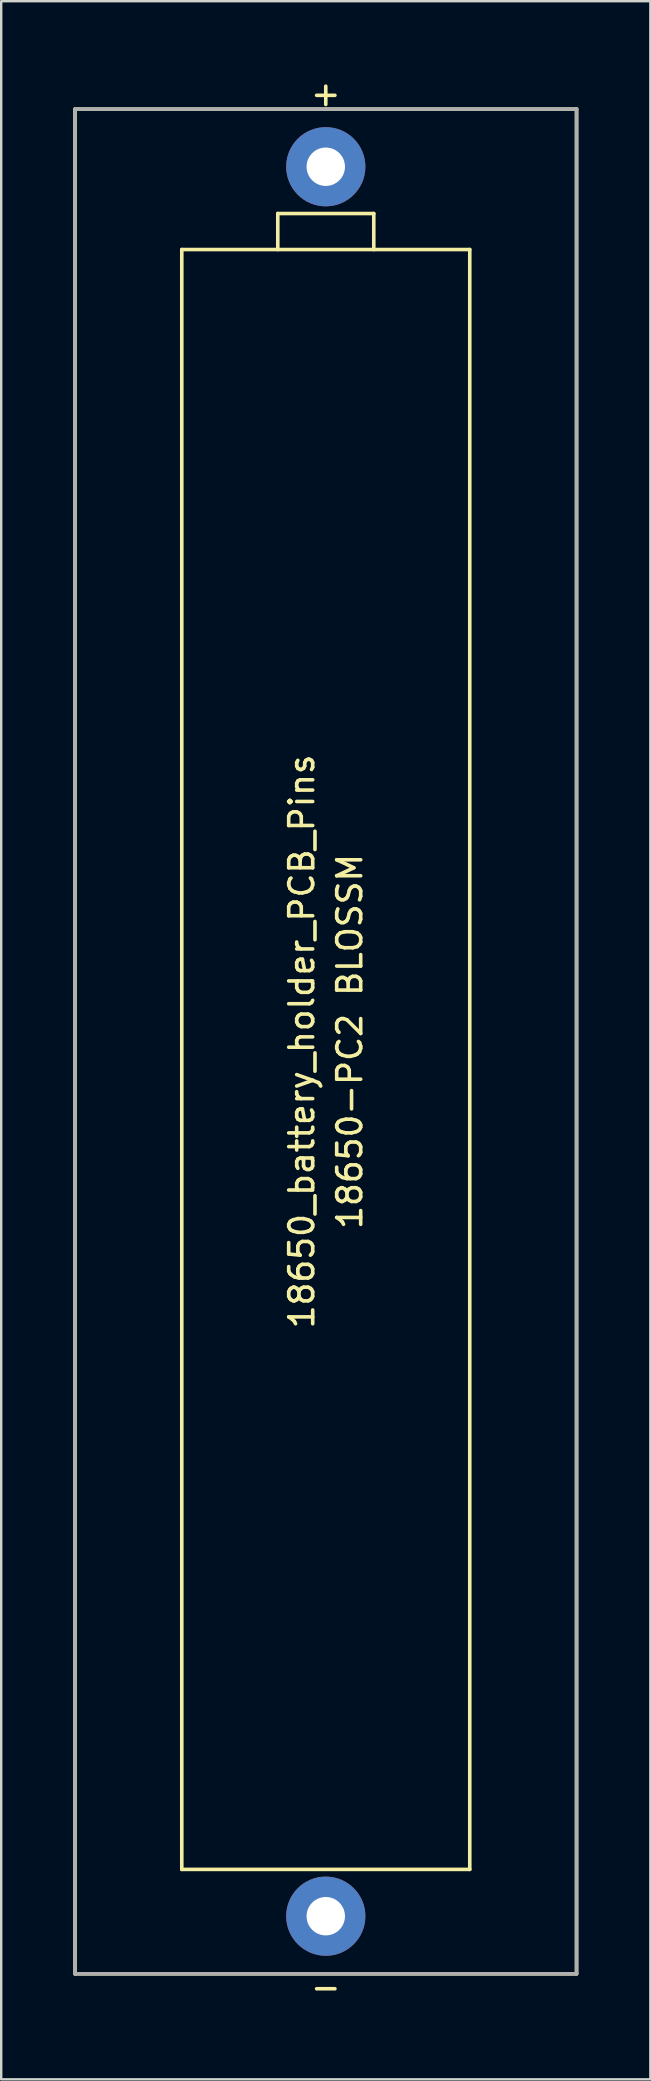
<source format=kicad_pcb>
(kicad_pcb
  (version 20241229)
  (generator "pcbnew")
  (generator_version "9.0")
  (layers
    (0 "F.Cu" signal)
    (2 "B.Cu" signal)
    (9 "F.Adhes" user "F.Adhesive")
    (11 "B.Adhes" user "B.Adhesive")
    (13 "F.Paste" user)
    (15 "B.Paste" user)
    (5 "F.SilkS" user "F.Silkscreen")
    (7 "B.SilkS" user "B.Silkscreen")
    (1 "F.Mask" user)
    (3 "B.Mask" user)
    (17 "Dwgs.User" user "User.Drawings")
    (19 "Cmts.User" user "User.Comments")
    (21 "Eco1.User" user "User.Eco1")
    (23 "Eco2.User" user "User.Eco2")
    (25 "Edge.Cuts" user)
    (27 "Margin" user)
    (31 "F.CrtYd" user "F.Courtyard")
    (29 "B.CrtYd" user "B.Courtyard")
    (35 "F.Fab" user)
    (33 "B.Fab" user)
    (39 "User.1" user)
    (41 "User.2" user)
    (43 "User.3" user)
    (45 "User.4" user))
  (footprint "18650_battery_holder_PCB_Pins"
    (layer "F.Cu")
    (at 10.525 40.348)
    (property "Reference" "18650_battery_holder_PCB_Pins" (at -1 0 90) (layer "F.SilkS") (effects (font (size 1 1) (thickness 0.15))))
    (attr through_hole)
    (fp_line (start -10.45 -38.85) (end -10.45 38.85) (stroke (width 0.15) (type solid)) (layer "F.SilkS"))
    (fp_line (start -10.45 -38.85) (end 10.45 -38.85) (stroke (width 0.15) (type solid)) (layer "F.SilkS"))
    (fp_line (start -10.45 38.85) (end 10.45 38.85) (stroke (width 0.15) (type solid)) (layer "F.SilkS"))
    (fp_line (start -6 -33) (end 6 -33) (stroke (width 0.15) (type solid)) (layer "F.SilkS"))
    (fp_line (start -6 34.5) (end -6 -33) (stroke (width 0.15) (type solid)) (layer "F.SilkS"))
    (fp_line (start -2 -34.5) (end -2 -33) (stroke (width 0.15) (type solid)) (layer "F.SilkS"))
    (fp_line (start -2 -34.5) (end 2 -34.5) (stroke (width 0.15) (type solid)) (layer "F.SilkS"))
    (fp_line (start 2 -34.5) (end 2 -33) (stroke (width 0.15) (type solid)) (layer "F.SilkS"))
    (fp_line (start 6 -33) (end 6 34.5) (stroke (width 0.15) (type solid)) (layer "F.SilkS"))
    (fp_line (start 6 34.5) (end -6 34.5) (stroke (width 0.15) (type solid)) (layer "F.SilkS"))
    (fp_line (start 10.45 38.85) (end 10.45 -38.85) (stroke (width 0.15) (type solid)) (layer "F.SilkS"))
    (fp_line (start -10.45 -38.85) (end 10.45 -38.85) (stroke (width 0.15) (type solid)) (layer "F.Fab"))
    (fp_line (start -10.45 38.85) (end -10.45 -38.85) (stroke (width 0.15) (type solid)) (layer "F.Fab"))
    (fp_line (start 10.45 -38.85) (end 10.45 38.85) (stroke (width 0.15) (type solid)) (layer "F.Fab"))
    (fp_line (start 10.45 38.85) (end -10.45 38.85) (stroke (width 0.15) (type solid)) (layer "F.Fab"))
    (fp_text user "-" (at 0 39.4 0) (layer "F.SilkS") (effects (font (size 1 1) (thickness 0.15))))
    (fp_text user "+" (at 0 -39.5 0) (layer "F.SilkS") (effects (font (size 1 1) (thickness 0.15))))
    (fp_text user "18650-PC2 BLOSSM" (at 1 0 90) (layer "F.SilkS") (effects (font (size 1 1) (thickness 0.15))))
    (pad "1" thru_hole circle (at 0 -36.45) (size 3.3 3.3) (drill 1.6) (layers "*.Cu" "*.Mask"))
    (pad "2" thru_hole circle (at 0 36.45) (size 3.3 3.3) (drill 1.6) (layers "*.Cu" "*.Mask")))
  (gr_rect
    (start -3 -3)
    (end 24.05 83.597)
    (stroke (width 0.1) (type default))
    (fill no)
    (layer "Edge.Cuts")))
</source>
